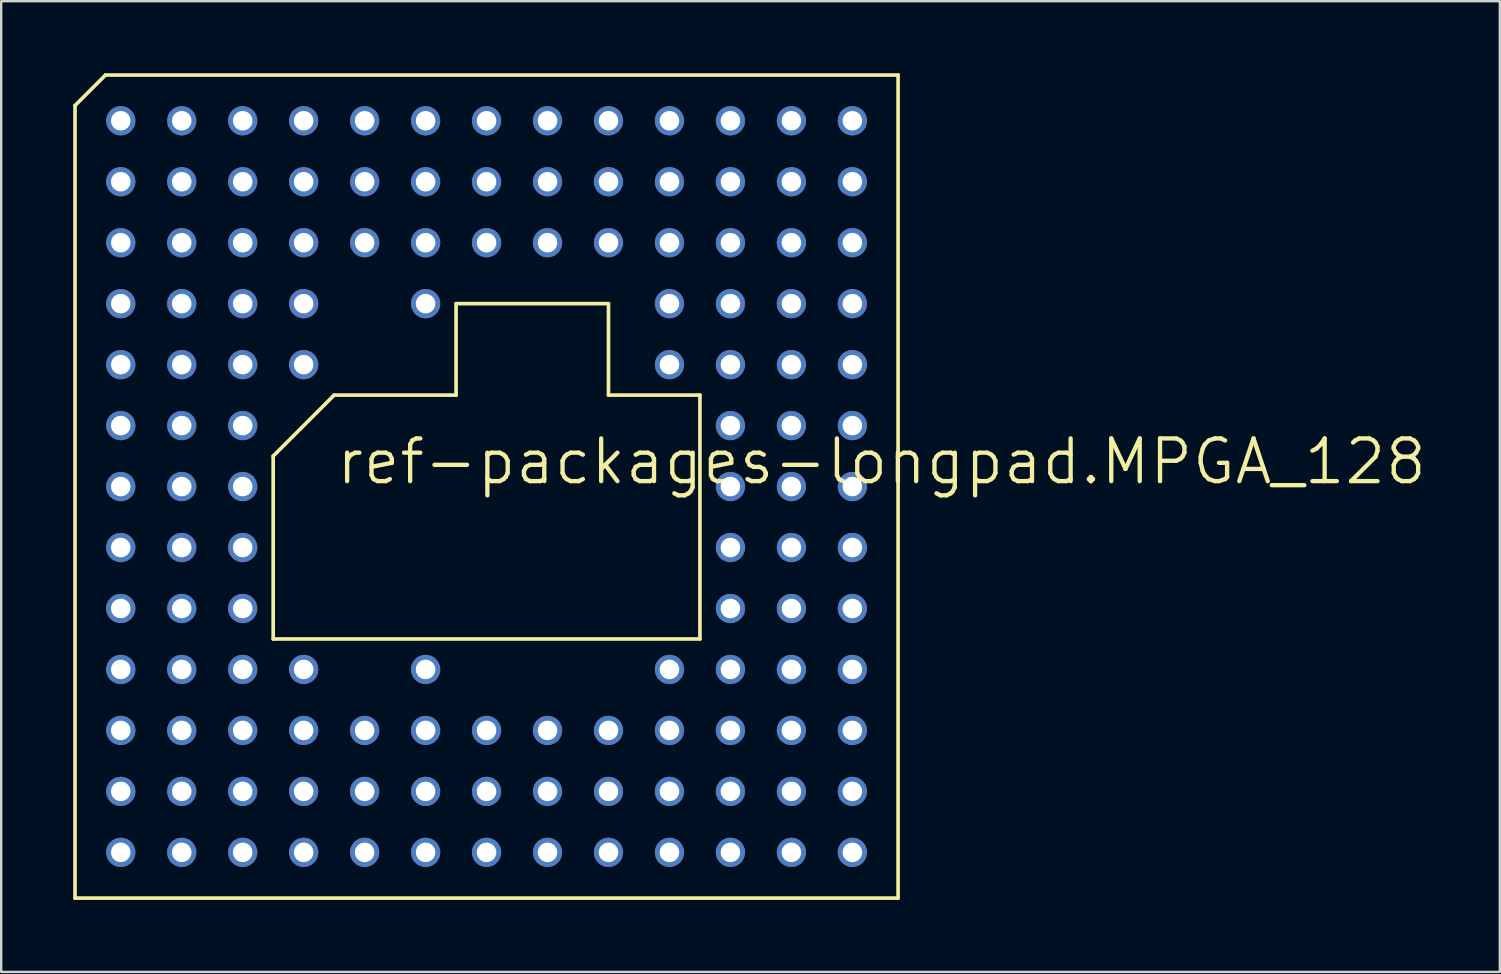
<source format=kicad_pcb>
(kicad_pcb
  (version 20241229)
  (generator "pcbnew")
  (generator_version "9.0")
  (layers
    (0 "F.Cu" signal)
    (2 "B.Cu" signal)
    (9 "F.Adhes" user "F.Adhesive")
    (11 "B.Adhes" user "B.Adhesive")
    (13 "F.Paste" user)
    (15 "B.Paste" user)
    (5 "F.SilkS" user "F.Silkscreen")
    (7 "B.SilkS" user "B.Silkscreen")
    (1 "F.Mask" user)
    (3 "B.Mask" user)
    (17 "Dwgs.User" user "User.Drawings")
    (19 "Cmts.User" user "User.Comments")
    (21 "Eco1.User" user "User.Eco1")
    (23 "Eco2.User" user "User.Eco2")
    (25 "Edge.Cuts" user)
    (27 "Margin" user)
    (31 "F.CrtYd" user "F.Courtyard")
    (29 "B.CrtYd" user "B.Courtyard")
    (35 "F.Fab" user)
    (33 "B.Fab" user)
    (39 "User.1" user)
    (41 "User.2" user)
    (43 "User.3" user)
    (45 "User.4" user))
  (footprint "ref-packages-longpad.MPGA_128"
    (layer "F.Cu")
    (at 17.221 17.221)
    (property "Reference" "ref-packages-longpad.MPGA_128" (at -6.35 0 0) (layer "F.SilkS") (effects (font (size 1.778 1.778) (thickness 0.18)) (justify left bottom)))
    (attr through_hole)
    (fp_line (start -17.145 -15.875) (end -15.875 -17.145) (stroke (width 0.152) (type default)) (layer "F.SilkS"))
    (fp_line (start -17.145 17.145) (end -17.145 -15.875) (stroke (width 0.152) (type default)) (layer "F.SilkS"))
    (fp_line (start -15.875 -17.145) (end 17.145 -17.145) (stroke (width 0.152) (type default)) (layer "F.SilkS"))
    (fp_line (start -8.89 6.35) (end -8.89 -1.27) (stroke (width 0.152) (type default)) (layer "F.SilkS"))
    (fp_line (start -6.35 -3.81) (end -8.89 -1.27) (stroke (width 0.152) (type default)) (layer "F.SilkS"))
    (fp_line (start -6.35 -3.81) (end -1.27 -3.81) (stroke (width 0.152) (type default)) (layer "F.SilkS"))
    (fp_line (start -1.27 -7.62) (end 5.08 -7.62) (stroke (width 0.152) (type default)) (layer "F.SilkS"))
    (fp_line (start -1.27 -3.81) (end -1.27 -7.62) (stroke (width 0.152) (type default)) (layer "F.SilkS"))
    (fp_line (start 5.08 -7.62) (end 5.08 -3.81) (stroke (width 0.152) (type default)) (layer "F.SilkS"))
    (fp_line (start 5.08 -3.81) (end 8.89 -3.81) (stroke (width 0.152) (type default)) (layer "F.SilkS"))
    (fp_line (start 8.89 -3.81) (end 8.89 6.35) (stroke (width 0.152) (type default)) (layer "F.SilkS"))
    (fp_line (start 8.89 6.35) (end -8.89 6.35) (stroke (width 0.152) (type default)) (layer "F.SilkS"))
    (fp_line (start 17.145 -17.145) (end 17.145 17.145) (stroke (width 0.152) (type default)) (layer "F.SilkS"))
    (fp_line (start 17.145 17.145) (end -17.145 17.145) (stroke (width 0.152) (type default)) (layer "F.SilkS"))
    (pad "A01" thru_hole circle (at -15.24 -15.24 90) (size 1.219 1.219) (drill 0.813) (layers "*.Cu" "*.Mask"))
    (pad "A02" thru_hole circle (at -12.7 -15.24 90) (size 1.219 1.219) (drill 0.813) (layers "*.Cu" "*.Mask"))
    (pad "A03" thru_hole circle (at -10.16 -15.24 90) (size 1.219 1.219) (drill 0.813) (layers "*.Cu" "*.Mask"))
    (pad "A04" thru_hole circle (at -7.62 -15.24 90) (size 1.219 1.219) (drill 0.813) (layers "*.Cu" "*.Mask"))
    (pad "A05" thru_hole circle (at -5.08 -15.24 90) (size 1.219 1.219) (drill 0.813) (layers "*.Cu" "*.Mask"))
    (pad "A06" thru_hole circle (at -2.54 -15.24 90) (size 1.219 1.219) (drill 0.813) (layers "*.Cu" "*.Mask"))
    (pad "A07" thru_hole circle (at 0 -15.24 90) (size 1.219 1.219) (drill 0.813) (layers "*.Cu" "*.Mask"))
    (pad "A08" thru_hole circle (at 2.54 -15.24 90) (size 1.219 1.219) (drill 0.813) (layers "*.Cu" "*.Mask"))
    (pad "A09" thru_hole circle (at 5.08 -15.24 90) (size 1.219 1.219) (drill 0.813) (layers "*.Cu" "*.Mask"))
    (pad "A10" thru_hole circle (at 7.62 -15.24 90) (size 1.219 1.219) (drill 0.813) (layers "*.Cu" "*.Mask"))
    (pad "A11" thru_hole circle (at 10.16 -15.24 90) (size 1.219 1.219) (drill 0.813) (layers "*.Cu" "*.Mask"))
    (pad "A12" thru_hole circle (at 12.7 -15.24 90) (size 1.219 1.219) (drill 0.813) (layers "*.Cu" "*.Mask"))
    (pad "A13" thru_hole circle (at 15.24 -15.24 90) (size 1.219 1.219) (drill 0.813) (layers "*.Cu" "*.Mask"))
    (pad "B01" thru_hole circle (at -15.24 -12.7 90) (size 1.219 1.219) (drill 0.813) (layers "*.Cu" "*.Mask"))
    (pad "B02" thru_hole circle (at -12.7 -12.7 90) (size 1.219 1.219) (drill 0.813) (layers "*.Cu" "*.Mask"))
    (pad "B03" thru_hole circle (at -10.16 -12.7 90) (size 1.219 1.219) (drill 0.813) (layers "*.Cu" "*.Mask"))
    (pad "B04" thru_hole circle (at -7.62 -12.7 90) (size 1.219 1.219) (drill 0.813) (layers "*.Cu" "*.Mask"))
    (pad "B05" thru_hole circle (at -5.08 -12.7 90) (size 1.219 1.219) (drill 0.813) (layers "*.Cu" "*.Mask"))
    (pad "B06" thru_hole circle (at -2.54 -12.7 90) (size 1.219 1.219) (drill 0.813) (layers "*.Cu" "*.Mask"))
    (pad "B07" thru_hole circle (at 0 -12.7 90) (size 1.219 1.219) (drill 0.813) (layers "*.Cu" "*.Mask"))
    (pad "B08" thru_hole circle (at 2.54 -12.7 90) (size 1.219 1.219) (drill 0.813) (layers "*.Cu" "*.Mask"))
    (pad "B09" thru_hole circle (at 5.08 -12.7 90) (size 1.219 1.219) (drill 0.813) (layers "*.Cu" "*.Mask"))
    (pad "B10" thru_hole circle (at 7.62 -12.7 90) (size 1.219 1.219) (drill 0.813) (layers "*.Cu" "*.Mask"))
    (pad "B11" thru_hole circle (at 10.16 -12.7 90) (size 1.219 1.219) (drill 0.813) (layers "*.Cu" "*.Mask"))
    (pad "B12" thru_hole circle (at 12.7 -12.7 90) (size 1.219 1.219) (drill 0.813) (layers "*.Cu" "*.Mask"))
    (pad "B13" thru_hole circle (at 15.24 -12.7 90) (size 1.219 1.219) (drill 0.813) (layers "*.Cu" "*.Mask"))
    (pad "C01" thru_hole circle (at -15.24 -10.16 90) (size 1.219 1.219) (drill 0.813) (layers "*.Cu" "*.Mask"))
    (pad "C02" thru_hole circle (at -12.7 -10.16 90) (size 1.219 1.219) (drill 0.813) (layers "*.Cu" "*.Mask"))
    (pad "C03" thru_hole circle (at -10.16 -10.16 90) (size 1.219 1.219) (drill 0.813) (layers "*.Cu" "*.Mask"))
    (pad "C04" thru_hole circle (at -7.62 -10.16 90) (size 1.219 1.219) (drill 0.813) (layers "*.Cu" "*.Mask"))
    (pad "C05" thru_hole circle (at -5.08 -10.16 90) (size 1.219 1.219) (drill 0.813) (layers "*.Cu" "*.Mask"))
    (pad "C06" thru_hole circle (at -2.54 -10.16 90) (size 1.219 1.219) (drill 0.813) (layers "*.Cu" "*.Mask"))
    (pad "C07" thru_hole circle (at 0 -10.16 90) (size 1.219 1.219) (drill 0.813) (layers "*.Cu" "*.Mask"))
    (pad "C08" thru_hole circle (at 2.54 -10.16 90) (size 1.219 1.219) (drill 0.813) (layers "*.Cu" "*.Mask"))
    (pad "C09" thru_hole circle (at 5.08 -10.16 90) (size 1.219 1.219) (drill 0.813) (layers "*.Cu" "*.Mask"))
    (pad "C10" thru_hole circle (at 7.62 -10.16 90) (size 1.219 1.219) (drill 0.813) (layers "*.Cu" "*.Mask"))
    (pad "C11" thru_hole circle (at 10.16 -10.16 90) (size 1.219 1.219) (drill 0.813) (layers "*.Cu" "*.Mask"))
    (pad "C12" thru_hole circle (at 12.7 -10.16 90) (size 1.219 1.219) (drill 0.813) (layers "*.Cu" "*.Mask"))
    (pad "C13" thru_hole circle (at 15.24 -10.16 90) (size 1.219 1.219) (drill 0.813) (layers "*.Cu" "*.Mask"))
    (pad "D01" thru_hole circle (at -15.24 -7.62 90) (size 1.219 1.219) (drill 0.813) (layers "*.Cu" "*.Mask"))
    (pad "D02" thru_hole circle (at -12.7 -7.62 90) (size 1.219 1.219) (drill 0.813) (layers "*.Cu" "*.Mask"))
    (pad "D03" thru_hole circle (at -10.16 -7.62 90) (size 1.219 1.219) (drill 0.813) (layers "*.Cu" "*.Mask"))
    (pad "D04" thru_hole circle (at -7.62 -7.62 90) (size 1.219 1.219) (drill 0.813) (layers "*.Cu" "*.Mask"))
    (pad "D06" thru_hole circle (at -2.54 -7.62 90) (size 1.219 1.219) (drill 0.813) (layers "*.Cu" "*.Mask"))
    (pad "D10" thru_hole circle (at 7.62 -7.62 90) (size 1.219 1.219) (drill 0.813) (layers "*.Cu" "*.Mask"))
    (pad "D11" thru_hole circle (at 10.16 -7.62 90) (size 1.219 1.219) (drill 0.813) (layers "*.Cu" "*.Mask"))
    (pad "D12" thru_hole circle (at 12.7 -7.62 90) (size 1.219 1.219) (drill 0.813) (layers "*.Cu" "*.Mask"))
    (pad "D13" thru_hole circle (at 15.24 -7.62 90) (size 1.219 1.219) (drill 0.813) (layers "*.Cu" "*.Mask"))
    (pad "E01" thru_hole circle (at -15.24 -5.08 90) (size 1.219 1.219) (drill 0.813) (layers "*.Cu" "*.Mask"))
    (pad "E02" thru_hole circle (at -12.7 -5.08 90) (size 1.219 1.219) (drill 0.813) (layers "*.Cu" "*.Mask"))
    (pad "E03" thru_hole circle (at -10.16 -5.08 90) (size 1.219 1.219) (drill 0.813) (layers "*.Cu" "*.Mask"))
    (pad "E04" thru_hole circle (at -7.62 -5.08 90) (size 1.219 1.219) (drill 0.813) (layers "*.Cu" "*.Mask"))
    (pad "E10" thru_hole circle (at 7.62 -5.08 90) (size 1.219 1.219) (drill 0.813) (layers "*.Cu" "*.Mask"))
    (pad "E11" thru_hole circle (at 10.16 -5.08 90) (size 1.219 1.219) (drill 0.813) (layers "*.Cu" "*.Mask"))
    (pad "E12" thru_hole circle (at 12.7 -5.08 90) (size 1.219 1.219) (drill 0.813) (layers "*.Cu" "*.Mask"))
    (pad "E13" thru_hole circle (at 15.24 -5.08 90) (size 1.219 1.219) (drill 0.813) (layers "*.Cu" "*.Mask"))
    (pad "F01" thru_hole circle (at -15.24 -2.54 90) (size 1.219 1.219) (drill 0.813) (layers "*.Cu" "*.Mask"))
    (pad "F02" thru_hole circle (at -12.7 -2.54 90) (size 1.219 1.219) (drill 0.813) (layers "*.Cu" "*.Mask"))
    (pad "F03" thru_hole circle (at -10.16 -2.54 90) (size 1.219 1.219) (drill 0.813) (layers "*.Cu" "*.Mask"))
    (pad "F11" thru_hole circle (at 10.16 -2.54 90) (size 1.219 1.219) (drill 0.813) (layers "*.Cu" "*.Mask"))
    (pad "F12" thru_hole circle (at 12.7 -2.54 90) (size 1.219 1.219) (drill 0.813) (layers "*.Cu" "*.Mask"))
    (pad "F13" thru_hole circle (at 15.24 -2.54 90) (size 1.219 1.219) (drill 0.813) (layers "*.Cu" "*.Mask"))
    (pad "G01" thru_hole circle (at -15.24 0 90) (size 1.219 1.219) (drill 0.813) (layers "*.Cu" "*.Mask"))
    (pad "G02" thru_hole circle (at -12.7 0 90) (size 1.219 1.219) (drill 0.813) (layers "*.Cu" "*.Mask"))
    (pad "G03" thru_hole circle (at -10.16 0 90) (size 1.219 1.219) (drill 0.813) (layers "*.Cu" "*.Mask"))
    (pad "G11" thru_hole circle (at 10.16 0 90) (size 1.219 1.219) (drill 0.813) (layers "*.Cu" "*.Mask"))
    (pad "G12" thru_hole circle (at 12.7 0 90) (size 1.219 1.219) (drill 0.813) (layers "*.Cu" "*.Mask"))
    (pad "G13" thru_hole circle (at 15.24 0 90) (size 1.219 1.219) (drill 0.813) (layers "*.Cu" "*.Mask"))
    (pad "H01" thru_hole circle (at -15.24 2.54 90) (size 1.219 1.219) (drill 0.813) (layers "*.Cu" "*.Mask"))
    (pad "H02" thru_hole circle (at -12.7 2.54 90) (size 1.219 1.219) (drill 0.813) (layers "*.Cu" "*.Mask"))
    (pad "H03" thru_hole circle (at -10.16 2.54 90) (size 1.219 1.219) (drill 0.813) (layers "*.Cu" "*.Mask"))
    (pad "H11" thru_hole circle (at 10.16 2.54 90) (size 1.219 1.219) (drill 0.813) (layers "*.Cu" "*.Mask"))
    (pad "H12" thru_hole circle (at 12.7 2.54 90) (size 1.219 1.219) (drill 0.813) (layers "*.Cu" "*.Mask"))
    (pad "H13" thru_hole circle (at 15.24 2.54 90) (size 1.219 1.219) (drill 0.813) (layers "*.Cu" "*.Mask"))
    (pad "J01" thru_hole circle (at -15.24 5.08 90) (size 1.219 1.219) (drill 0.813) (layers "*.Cu" "*.Mask"))
    (pad "J02" thru_hole circle (at -12.7 5.08 90) (size 1.219 1.219) (drill 0.813) (layers "*.Cu" "*.Mask"))
    (pad "J03" thru_hole circle (at -10.16 5.08 90) (size 1.219 1.219) (drill 0.813) (layers "*.Cu" "*.Mask"))
    (pad "J11" thru_hole circle (at 10.16 5.08 90) (size 1.219 1.219) (drill 0.813) (layers "*.Cu" "*.Mask"))
    (pad "J12" thru_hole circle (at 12.7 5.08 90) (size 1.219 1.219) (drill 0.813) (layers "*.Cu" "*.Mask"))
    (pad "J13" thru_hole circle (at 15.24 5.08 90) (size 1.219 1.219) (drill 0.813) (layers "*.Cu" "*.Mask"))
    (pad "K01" thru_hole circle (at -15.24 7.62 90) (size 1.219 1.219) (drill 0.813) (layers "*.Cu" "*.Mask"))
    (pad "K02" thru_hole circle (at -12.7 7.62 90) (size 1.219 1.219) (drill 0.813) (layers "*.Cu" "*.Mask"))
    (pad "K03" thru_hole circle (at -10.16 7.62 90) (size 1.219 1.219) (drill 0.813) (layers "*.Cu" "*.Mask"))
    (pad "K04" thru_hole circle (at -7.62 7.62 90) (size 1.219 1.219) (drill 0.813) (layers "*.Cu" "*.Mask"))
    (pad "K06" thru_hole circle (at -2.54 7.62 90) (size 1.219 1.219) (drill 0.813) (layers "*.Cu" "*.Mask"))
    (pad "K10" thru_hole circle (at 7.62 7.62 90) (size 1.219 1.219) (drill 0.813) (layers "*.Cu" "*.Mask"))
    (pad "K11" thru_hole circle (at 10.16 7.62 90) (size 1.219 1.219) (drill 0.813) (layers "*.Cu" "*.Mask"))
    (pad "K12" thru_hole circle (at 12.7 7.62 90) (size 1.219 1.219) (drill 0.813) (layers "*.Cu" "*.Mask"))
    (pad "K13" thru_hole circle (at 15.24 7.62 90) (size 1.219 1.219) (drill 0.813) (layers "*.Cu" "*.Mask"))
    (pad "L01" thru_hole circle (at -15.24 10.16 90) (size 1.219 1.219) (drill 0.813) (layers "*.Cu" "*.Mask"))
    (pad "L02" thru_hole circle (at -12.7 10.16 90) (size 1.219 1.219) (drill 0.813) (layers "*.Cu" "*.Mask"))
    (pad "L03" thru_hole circle (at -10.16 10.16 90) (size 1.219 1.219) (drill 0.813) (layers "*.Cu" "*.Mask"))
    (pad "L04" thru_hole circle (at -7.62 10.16 90) (size 1.219 1.219) (drill 0.813) (layers "*.Cu" "*.Mask"))
    (pad "L05" thru_hole circle (at -5.08 10.16 90) (size 1.219 1.219) (drill 0.813) (layers "*.Cu" "*.Mask"))
    (pad "L06" thru_hole circle (at -2.54 10.16 90) (size 1.219 1.219) (drill 0.813) (layers "*.Cu" "*.Mask"))
    (pad "L07" thru_hole circle (at 0 10.16 90) (size 1.219 1.219) (drill 0.813) (layers "*.Cu" "*.Mask"))
    (pad "L08" thru_hole circle (at 2.54 10.16 90) (size 1.219 1.219) (drill 0.813) (layers "*.Cu" "*.Mask"))
    (pad "L09" thru_hole circle (at 5.08 10.16 90) (size 1.219 1.219) (drill 0.813) (layers "*.Cu" "*.Mask"))
    (pad "L10" thru_hole circle (at 7.62 10.16 90) (size 1.219 1.219) (drill 0.813) (layers "*.Cu" "*.Mask"))
    (pad "L11" thru_hole circle (at 10.16 10.16 90) (size 1.219 1.219) (drill 0.813) (layers "*.Cu" "*.Mask"))
    (pad "L12" thru_hole circle (at 12.7 10.16 90) (size 1.219 1.219) (drill 0.813) (layers "*.Cu" "*.Mask"))
    (pad "L13" thru_hole circle (at 15.24 10.16 90) (size 1.219 1.219) (drill 0.813) (layers "*.Cu" "*.Mask"))
    (pad "M01" thru_hole circle (at -15.24 12.7 90) (size 1.219 1.219) (drill 0.813) (layers "*.Cu" "*.Mask"))
    (pad "M02" thru_hole circle (at -12.7 12.7 90) (size 1.219 1.219) (drill 0.813) (layers "*.Cu" "*.Mask"))
    (pad "M03" thru_hole circle (at -10.16 12.7 90) (size 1.219 1.219) (drill 0.813) (layers "*.Cu" "*.Mask"))
    (pad "M04" thru_hole circle (at -7.62 12.7 90) (size 1.219 1.219) (drill 0.813) (layers "*.Cu" "*.Mask"))
    (pad "M05" thru_hole circle (at -5.08 12.7 90) (size 1.219 1.219) (drill 0.813) (layers "*.Cu" "*.Mask"))
    (pad "M06" thru_hole circle (at -2.54 12.7 90) (size 1.219 1.219) (drill 0.813) (layers "*.Cu" "*.Mask"))
    (pad "M07" thru_hole circle (at 0 12.7 90) (size 1.219 1.219) (drill 0.813) (layers "*.Cu" "*.Mask"))
    (pad "M08" thru_hole circle (at 2.54 12.7 90) (size 1.219 1.219) (drill 0.813) (layers "*.Cu" "*.Mask"))
    (pad "M09" thru_hole circle (at 5.08 12.7 90) (size 1.219 1.219) (drill 0.813) (layers "*.Cu" "*.Mask"))
    (pad "M10" thru_hole circle (at 7.62 12.7 90) (size 1.219 1.219) (drill 0.813) (layers "*.Cu" "*.Mask"))
    (pad "M11" thru_hole circle (at 10.16 12.7 90) (size 1.219 1.219) (drill 0.813) (layers "*.Cu" "*.Mask"))
    (pad "M12" thru_hole circle (at 12.7 12.7 90) (size 1.219 1.219) (drill 0.813) (layers "*.Cu" "*.Mask"))
    (pad "M13" thru_hole circle (at 15.24 12.7 90) (size 1.219 1.219) (drill 0.813) (layers "*.Cu" "*.Mask"))
    (pad "N01" thru_hole circle (at -15.24 15.24 90) (size 1.219 1.219) (drill 0.813) (layers "*.Cu" "*.Mask"))
    (pad "N02" thru_hole circle (at -12.7 15.24 90) (size 1.219 1.219) (drill 0.813) (layers "*.Cu" "*.Mask"))
    (pad "N03" thru_hole circle (at -10.16 15.24 90) (size 1.219 1.219) (drill 0.813) (layers "*.Cu" "*.Mask"))
    (pad "N04" thru_hole circle (at -7.62 15.24 90) (size 1.219 1.219) (drill 0.813) (layers "*.Cu" "*.Mask"))
    (pad "N05" thru_hole circle (at -5.08 15.24 90) (size 1.219 1.219) (drill 0.813) (layers "*.Cu" "*.Mask"))
    (pad "N06" thru_hole circle (at -2.54 15.24 90) (size 1.219 1.219) (drill 0.813) (layers "*.Cu" "*.Mask"))
    (pad "N07" thru_hole circle (at 0 15.24 90) (size 1.219 1.219) (drill 0.813) (layers "*.Cu" "*.Mask"))
    (pad "N08" thru_hole circle (at 2.54 15.24 90) (size 1.219 1.219) (drill 0.813) (layers "*.Cu" "*.Mask"))
    (pad "N09" thru_hole circle (at 5.08 15.24 90) (size 1.219 1.219) (drill 0.813) (layers "*.Cu" "*.Mask"))
    (pad "N10" thru_hole circle (at 7.62 15.24 90) (size 1.219 1.219) (drill 0.813) (layers "*.Cu" "*.Mask"))
    (pad "N11" thru_hole circle (at 10.16 15.24 90) (size 1.219 1.219) (drill 0.813) (layers "*.Cu" "*.Mask"))
    (pad "N12" thru_hole circle (at 12.7 15.24 90) (size 1.219 1.219) (drill 0.813) (layers "*.Cu" "*.Mask"))
    (pad "N13" thru_hole circle (at 15.24 15.24 90) (size 1.219 1.219) (drill 0.813) (layers "*.Cu" "*.Mask")))
  (gr_rect
    (start -3 -3)
    (end 59.437 37.442)
    (stroke (width 0.1) (type default))
    (fill no)
    (layer "Edge.Cuts")))
</source>
